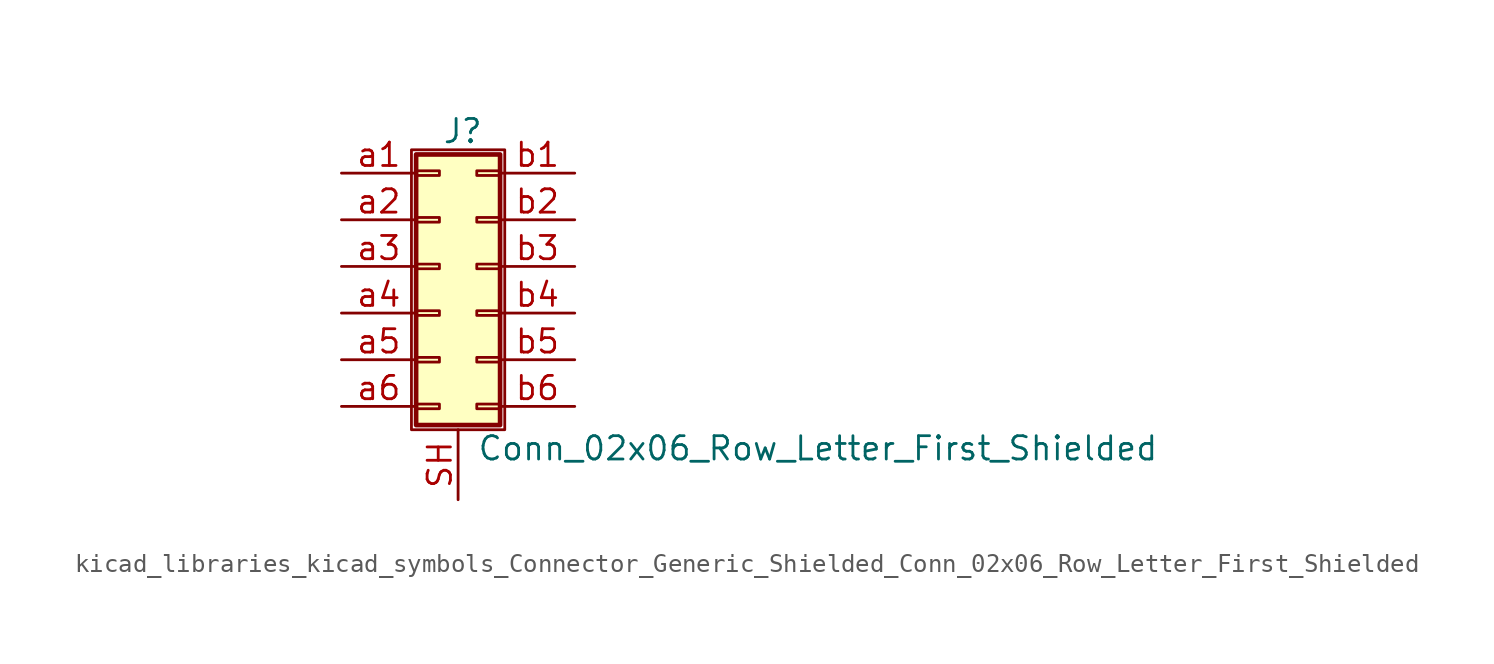
<source format=kicad_sym>
(kicad_symbol_lib
  (version 20220914)
  (generator kicad_symbol_editor)
  (symbol "kicad_libraries_kicad_symbols_Connector_Generic_Shielded_Conn_02x06_Row_Letter_First_Shielded"
    (pin_names
      (offset 1.016) hide)
    (property "Reference" "J"
      (at 1.524 7.366 0)
      (effects (font (size 1.27 1.27))))
    (property "Value" "Conn_02x06_Row_Letter_First_Shielded"
      (at 2.286 -9.906 0)
      (effects (font (size 1.27 1.27)) (justify left)))
    (symbol "kicad_libraries_kicad_symbols_Connector_Generic_Shielded_Conn_02x06_Row_Letter_First_Shielded_1_1"
      (rectangle (start -1.27 6.35) (end 3.81 -8.89) (stroke (width 0.152) (type default)) (fill (type none)))
      (rectangle (start -1.016 -7.493) (end 0.254 -7.747) (stroke (width 0.152) (type default)) (fill (type none)))
      (rectangle (start -1.016 -4.953) (end 0.254 -5.207) (stroke (width 0.152) (type default)) (fill (type none)))
      (rectangle (start -1.016 -2.413) (end 0.254 -2.667) (stroke (width 0.152) (type default)) (fill (type none)))
      (rectangle (start -1.016 0.127) (end 0.254 -0.127) (stroke (width 0.152) (type default)) (fill (type none)))
      (rectangle (start -1.016 2.667) (end 0.254 2.413) (stroke (width 0.152) (type default)) (fill (type none)))
      (rectangle (start -1.016 5.207) (end 0.254 4.953) (stroke (width 0.152) (type default)) (fill (type none)))
      (rectangle (start -1.016 6.096) (end 3.556 -8.636) (stroke (width 0.254) (type default)) (fill (type background)))
      (rectangle (start 3.556 -7.493) (end 2.286 -7.747) (stroke (width 0.152) (type default)) (fill (type none)))
      (rectangle (start 3.556 -4.953) (end 2.286 -5.207) (stroke (width 0.152) (type default)) (fill (type none)))
      (rectangle (start 3.556 -2.413) (end 2.286 -2.667) (stroke (width 0.152) (type default)) (fill (type none)))
      (rectangle (start 3.556 0.127) (end 2.286 -0.127) (stroke (width 0.152) (type default)) (fill (type none)))
      (rectangle (start 3.556 2.667) (end 2.286 2.413) (stroke (width 0.152) (type default)) (fill (type none)))
      (rectangle (start 3.556 5.207) (end 2.286 4.953) (stroke (width 0.152) (type default)) (fill (type none)))
      (pin passive line (at 1.27 -12.7 90) (length 3.81) (name "Shield" (effects (font (size 1.27 1.27)))) (number "SH" (effects (font (size 1.27 1.27)))))
      (pin passive line (at -5.08 5.08 0) (length 4.064) (name "Pin_a1" (effects (font (size 1.27 1.27)))) (number "a1" (effects (font (size 1.27 1.27)))))
      (pin passive line (at -5.08 2.54 0) (length 4.064) (name "Pin_a2" (effects (font (size 1.27 1.27)))) (number "a2" (effects (font (size 1.27 1.27)))))
      (pin passive line (at -5.08 0 0) (length 4.064) (name "Pin_a3" (effects (font (size 1.27 1.27)))) (number "a3" (effects (font (size 1.27 1.27)))))
      (pin passive line (at -5.08 -2.54 0) (length 4.064) (name "Pin_a4" (effects (font (size 1.27 1.27)))) (number "a4" (effects (font (size 1.27 1.27)))))
      (pin passive line (at -5.08 -5.08 0) (length 4.064) (name "Pin_a5" (effects (font (size 1.27 1.27)))) (number "a5" (effects (font (size 1.27 1.27)))))
      (pin passive line (at -5.08 -7.62 0) (length 4.064) (name "Pin_a6" (effects (font (size 1.27 1.27)))) (number "a6" (effects (font (size 1.27 1.27)))))
      (pin passive line (at 7.62 5.08 180) (length 4.064) (name "Pin_b1" (effects (font (size 1.27 1.27)))) (number "b1" (effects (font (size 1.27 1.27)))))
      (pin passive line (at 7.62 2.54 180) (length 4.064) (name "Pin_b2" (effects (font (size 1.27 1.27)))) (number "b2" (effects (font (size 1.27 1.27)))))
      (pin passive line (at 7.62 0 180) (length 4.064) (name "Pin_b3" (effects (font (size 1.27 1.27)))) (number "b3" (effects (font (size 1.27 1.27)))))
      (pin passive line (at 7.62 -2.54 180) (length 4.064) (name "Pin_b4" (effects (font (size 1.27 1.27)))) (number "b4" (effects (font (size 1.27 1.27)))))
      (pin passive line (at 7.62 -5.08 180) (length 4.064) (name "Pin_b5" (effects (font (size 1.27 1.27)))) (number "b5" (effects (font (size 1.27 1.27)))))
      (pin passive line (at 7.62 -7.62 180) (length 4.064) (name "Pin_b6" (effects (font (size 1.27 1.27)))) (number "b6" (effects (font (size 1.27 1.27))))))))
</source>
